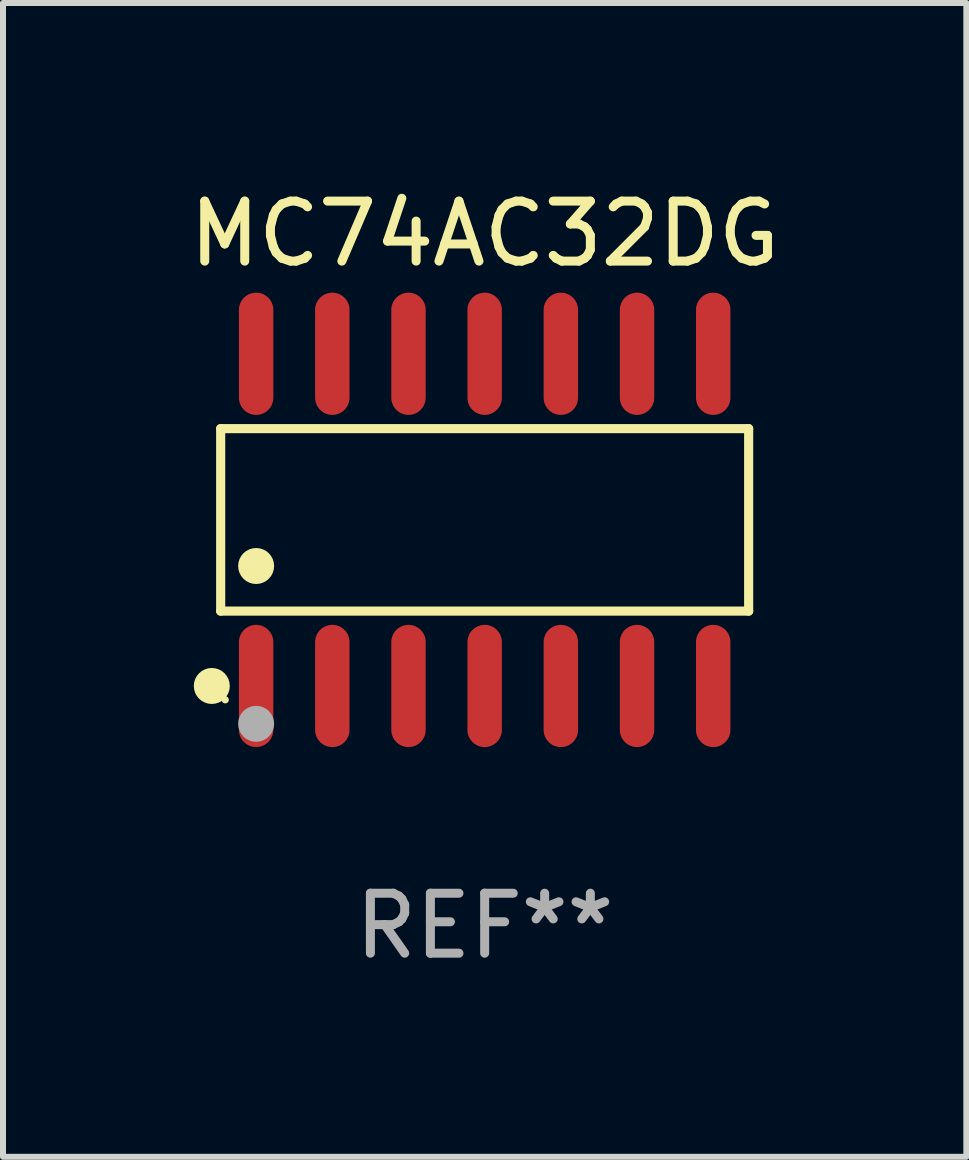
<source format=kicad_pcb>
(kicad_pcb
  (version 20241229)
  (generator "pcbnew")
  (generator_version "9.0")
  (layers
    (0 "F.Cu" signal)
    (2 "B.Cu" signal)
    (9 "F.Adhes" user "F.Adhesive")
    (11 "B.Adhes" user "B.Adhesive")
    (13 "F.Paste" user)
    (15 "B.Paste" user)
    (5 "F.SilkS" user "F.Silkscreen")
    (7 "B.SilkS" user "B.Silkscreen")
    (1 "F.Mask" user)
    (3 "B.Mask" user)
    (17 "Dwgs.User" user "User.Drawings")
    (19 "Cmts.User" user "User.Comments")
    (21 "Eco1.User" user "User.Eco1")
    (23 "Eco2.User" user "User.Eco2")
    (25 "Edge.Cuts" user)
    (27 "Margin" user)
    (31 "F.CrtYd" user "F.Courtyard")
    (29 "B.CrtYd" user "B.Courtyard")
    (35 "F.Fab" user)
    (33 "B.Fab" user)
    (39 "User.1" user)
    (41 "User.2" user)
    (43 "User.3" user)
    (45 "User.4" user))
  (footprint "MC74AC32DG"
    (layer "F.Cu")
    (at 5.03 5.617)
    (property "Reference" "MC74AC32DG" (at 0 -4.769 0) (layer "F.SilkS") (effects (font (size 1 1) (thickness 0.15))))
    (attr through_hole)
    (fp_line (start -4.401 -1.521) (end 4.401 -1.521) (stroke (width 0.152) (type solid)) (layer "F.SilkS"))
    (fp_line (start -4.401 1.521) (end -4.401 -1.521) (stroke (width 0.152) (type solid)) (layer "F.SilkS"))
    (fp_line (start 4.401 -1.521) (end 4.401 1.521) (stroke (width 0.152) (type solid)) (layer "F.SilkS"))
    (fp_line (start 4.401 1.521) (end -4.401 1.521) (stroke (width 0.152) (type solid)) (layer "F.SilkS"))
    (fp_circle (center -4.549 2.769) (end -4.399 2.769) (stroke (width 0.3) (type solid)) (fill no) (layer "F.SilkS"))
    (fp_circle (center -4.325 3) (end -4.295 3) (stroke (width 0.06) (type solid)) (fill no) (layer "F.SilkS"))
    (fp_circle (center -3.81 0.769) (end -3.66 0.769) (stroke (width 0.3) (type solid)) (fill no) (layer "F.SilkS"))
    (fp_circle (center -3.81 3.4) (end -3.66 3.4) (stroke (width 0.3) (type solid)) (fill no) (layer "F.Fab"))
    (fp_text user "REF**" (at 0 6.769 0) (layer "F.Fab") (effects (font (size 1 1) (thickness 0.15))))
    (pad "1" smd oval (at -3.81 2.769) (size 0.574 2.038) (layers "F.Cu" "F.Mask" "F.Paste"))
    (pad "2" smd oval (at -2.54 2.769) (size 0.574 2.038) (layers "F.Cu" "F.Mask" "F.Paste"))
    (pad "3" smd oval (at -1.27 2.769) (size 0.574 2.038) (layers "F.Cu" "F.Mask" "F.Paste"))
    (pad "4" smd oval (at 0 2.769) (size 0.574 2.038) (layers "F.Cu" "F.Mask" "F.Paste"))
    (pad "5" smd oval (at 1.27 2.769) (size 0.574 2.038) (layers "F.Cu" "F.Mask" "F.Paste"))
    (pad "6" smd oval (at 2.54 2.769) (size 0.574 2.038) (layers "F.Cu" "F.Mask" "F.Paste"))
    (pad "7" smd oval (at 3.81 2.769) (size 0.574 2.038) (layers "F.Cu" "F.Mask" "F.Paste"))
    (pad "8" smd oval (at 3.81 -2.769) (size 0.574 2.038) (layers "F.Cu" "F.Mask" "F.Paste"))
    (pad "9" smd oval (at 2.54 -2.769) (size 0.574 2.038) (layers "F.Cu" "F.Mask" "F.Paste"))
    (pad "10" smd oval (at 1.27 -2.769) (size 0.574 2.038) (layers "F.Cu" "F.Mask" "F.Paste"))
    (pad "11" smd oval (at 0 -2.769) (size 0.574 2.038) (layers "F.Cu" "F.Mask" "F.Paste"))
    (pad "12" smd oval (at -1.27 -2.769) (size 0.574 2.038) (layers "F.Cu" "F.Mask" "F.Paste"))
    (pad "13" smd oval (at -2.54 -2.769) (size 0.574 2.038) (layers "F.Cu" "F.Mask" "F.Paste"))
    (pad "14" smd oval (at -3.81 -2.769) (size 0.574 2.038) (layers "F.Cu" "F.Mask" "F.Paste")))
  (gr_rect
    (start -3 -3)
    (end 13.06 16.235)
    (stroke (width 0.1) (type default))
    (fill no)
    (layer "Edge.Cuts")))
</source>
